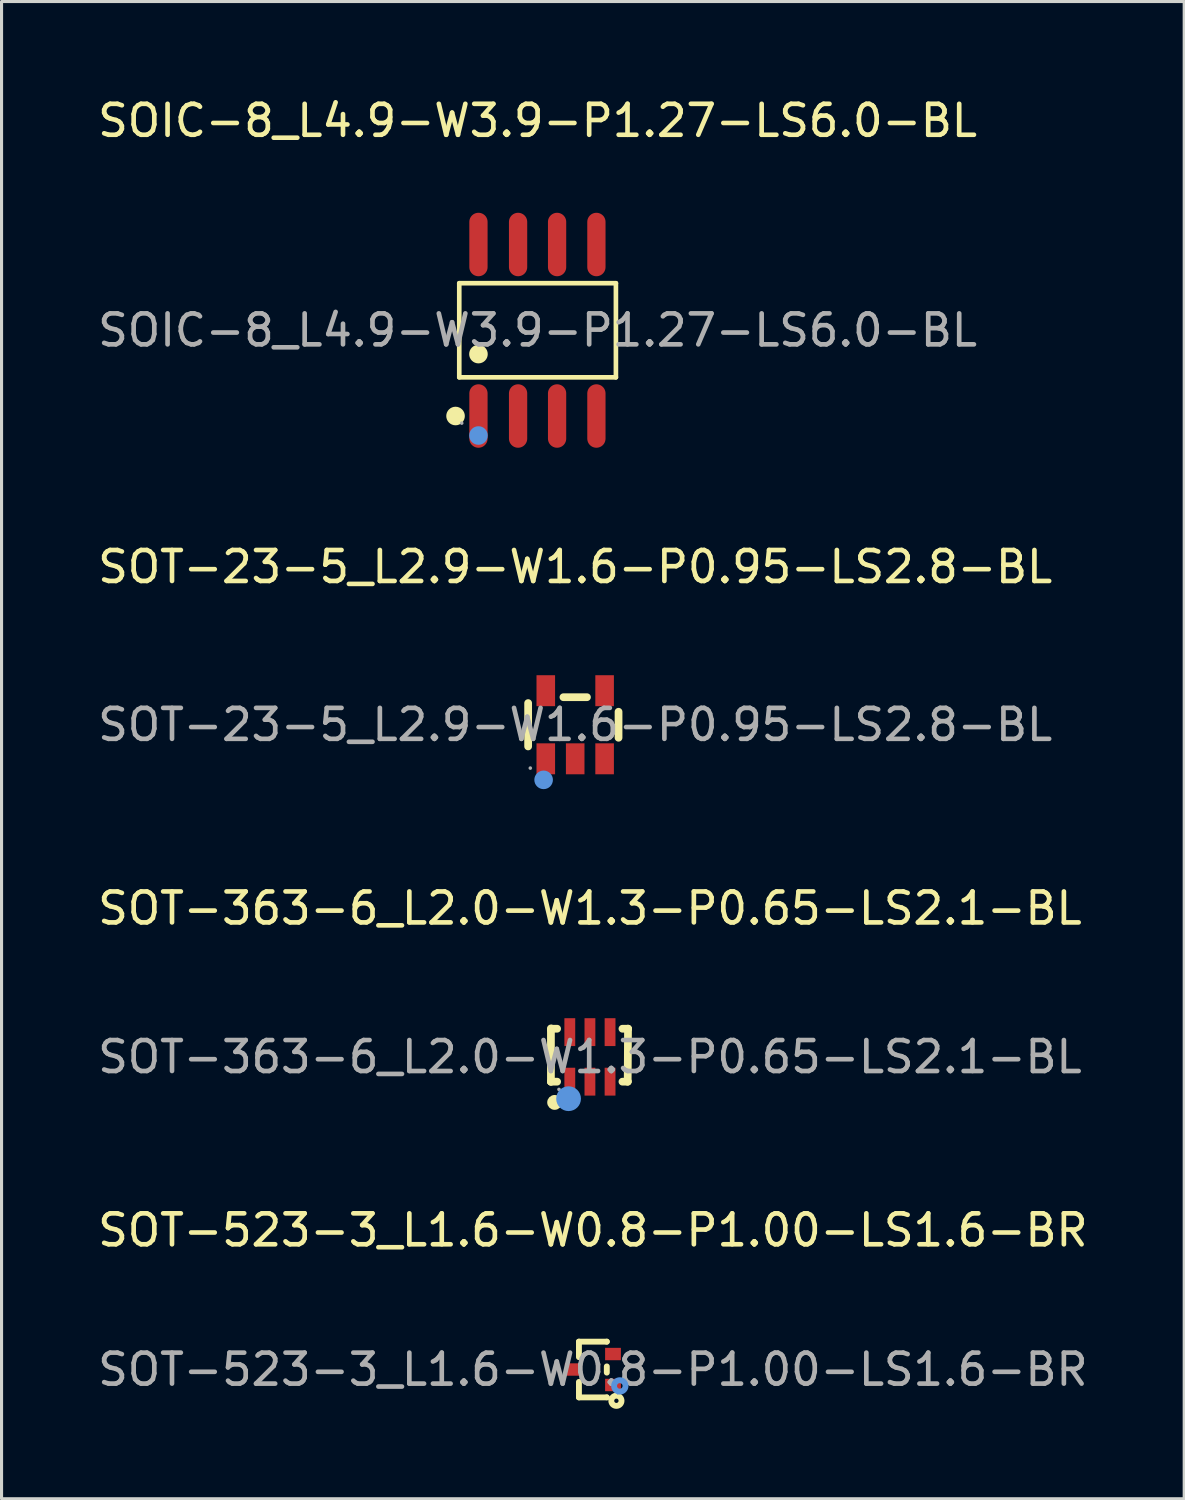
<source format=kicad_pcb>
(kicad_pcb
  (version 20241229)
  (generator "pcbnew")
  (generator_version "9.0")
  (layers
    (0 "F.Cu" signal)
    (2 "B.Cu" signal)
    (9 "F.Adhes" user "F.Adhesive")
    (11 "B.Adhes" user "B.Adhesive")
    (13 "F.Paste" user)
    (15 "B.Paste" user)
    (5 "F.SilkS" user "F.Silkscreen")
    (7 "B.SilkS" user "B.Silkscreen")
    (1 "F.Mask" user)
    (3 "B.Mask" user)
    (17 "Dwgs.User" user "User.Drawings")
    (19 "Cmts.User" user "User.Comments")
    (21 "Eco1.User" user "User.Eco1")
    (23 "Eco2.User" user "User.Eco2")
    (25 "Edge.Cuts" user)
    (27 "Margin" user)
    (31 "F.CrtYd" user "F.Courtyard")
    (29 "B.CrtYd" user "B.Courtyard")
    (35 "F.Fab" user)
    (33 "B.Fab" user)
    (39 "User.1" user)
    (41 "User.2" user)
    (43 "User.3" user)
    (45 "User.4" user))
  (footprint "SOT-363-6_L2.0-W1.3-P0.65-LS2.1-BL"
    (layer "F.Cu")
    (at 16.006 31.09)
    (property "Reference" "SOT-363-6_L2.0-W1.3-P0.65-LS2.1-BL" (at 0 -4.8 0) (layer "F.SilkS") (effects (font (size 1 1) (thickness 0.15))))
    (attr smd)
    (fp_line (start -1.26 -0.92) (end -1.26 0.8) (stroke (width 0.25) (type solid)) (layer "F.SilkS"))
    (fp_line (start -1.26 0.8) (end -1.26 0.8) (stroke (width 0.25) (type solid)) (layer "F.SilkS"))
    (fp_line (start -1.26 0.8) (end -1.06 0.8) (stroke (width 0.25) (type solid)) (layer "F.SilkS"))
    (fp_line (start -1.23 -0.91) (end -1.26 -0.88) (stroke (width 0.25) (type solid)) (layer "F.SilkS"))
    (fp_line (start -1.06 -0.91) (end -1.23 -0.91) (stroke (width 0.25) (type solid)) (layer "F.SilkS"))
    (fp_line (start 1.05 0.8) (end 1.22 0.8) (stroke (width 0.25) (type solid)) (layer "F.SilkS"))
    (fp_line (start 1.22 0.79) (end 1.23 -0.91) (stroke (width 0.25) (type solid)) (layer "F.SilkS"))
    (fp_line (start 1.22 0.8) (end 1.22 0.79) (stroke (width 0.25) (type solid)) (layer "F.SilkS"))
    (fp_line (start 1.23 -0.91) (end 1.05 -0.91) (stroke (width 0.25) (type solid)) (layer "F.SilkS"))
    (fp_line (start 1.23 -0.91) (end 1.23 -0.91) (stroke (width 0.25) (type solid)) (layer "F.SilkS"))
    (fp_circle (center -1.14 1.47) (end -1.02 1.47) (stroke (width 0.24) (type solid)) (fill no) (layer "F.SilkS"))
    (fp_circle (center -0.69 1.35) (end -0.49 1.35) (stroke (width 0.4) (type solid)) (fill no) (layer "Cmts.User"))
    (fp_circle (center -1 1.05) (end -0.97 1.05) (stroke (width 0.06) (type solid)) (fill no) (layer "F.Fab"))
    (fp_text user "${REFERENCE}" (at 0 0 0) (layer "F.Fab") (effects (font (size 1 1) (thickness 0.15))))
    (pad "1" smd rect (at -0.65 0.8) (size 0.35 0.9) (layers "F.Cu" "F.Mask" "F.Paste"))
    (pad "2" smd rect (at 0 0.8) (size 0.35 0.9) (layers "F.Cu" "F.Mask" "F.Paste"))
    (pad "3" smd rect (at 0.65 0.8) (size 0.35 0.9) (layers "F.Cu" "F.Mask" "F.Paste"))
    (pad "4" smd rect (at 0.65 -0.8) (size 0.35 0.9) (layers "F.Cu" "F.Mask" "F.Paste"))
    (pad "5" smd rect (at 0 -0.8) (size 0.35 0.9) (layers "F.Cu" "F.Mask" "F.Paste"))
    (pad "6" smd rect (at -0.65 -0.8) (size 0.35 0.9) (layers "F.Cu" "F.Mask" "F.Paste")))
  (footprint "SOT-523-3_L1.6-W0.8-P1.00-LS1.6-BR"
    (layer "F.Cu")
    (at 16.101 41.188)
    (property "Reference" "SOT-523-3_L1.6-W0.8-P1.00-LS1.6-BR" (at 0 -4.5 0) (layer "F.SilkS") (effects (font (size 1 1) (thickness 0.15))))
    (attr through_hole)
    (fp_line (start -0.45 -0.9) (end 0.45 -0.9) (stroke (width 0.19) (type solid)) (layer "F.SilkS"))
    (fp_line (start -0.45 -0.4) (end -0.45 -0.9) (stroke (width 0.19) (type solid)) (layer "F.SilkS"))
    (fp_line (start -0.45 0.9) (end -0.45 0.4) (stroke (width 0.19) (type solid)) (layer "F.SilkS"))
    (fp_line (start -0.45 0.9) (end 0.45 0.9) (stroke (width 0.19) (type solid)) (layer "F.SilkS"))
    (fp_line (start 0.45 -0.9) (end 0.45 -0.9) (stroke (width 0.19) (type solid)) (layer "F.SilkS"))
    (fp_line (start 0.45 0.1) (end 0.45 -0.1) (stroke (width 0.19) (type solid)) (layer "F.SilkS"))
    (fp_line (start 0.45 0.9) (end 0.45 0.9) (stroke (width 0.19) (type solid)) (layer "F.SilkS"))
    (fp_circle (center 0.76 1.01) (end 0.83 1.01) (stroke (width 0.19) (type solid)) (fill no) (layer "F.SilkS"))
    (fp_circle (center 0.87 0.53) (end 0.96 0.53) (stroke (width 0.19) (type solid)) (fill no) (layer "Cmts.User"))
    (fp_circle (center 0.8 0.8) (end 0.81 0.8) (stroke (width 0.02) (type solid)) (fill no) (layer "F.Fab"))
    (fp_text user "${REFERENCE}" (at 0 0 0) (layer "F.Fab") (effects (font (size 1 1) (thickness 0.15))))
    (pad "1" smd rect (at 0.65 0.5 90) (size 0.4 0.51) (layers "F.Cu" "F.Mask" "F.Paste"))
    (pad "2" smd rect (at 0.65 -0.5 90) (size 0.4 0.51) (layers "F.Cu" "F.Mask" "F.Paste"))
    (pad "3" smd rect (at -0.65 0 90) (size 0.4 0.51) (layers "F.Cu" "F.Mask" "F.Paste")))
  (footprint "SOT-23-5_L2.9-W1.6-P0.95-LS2.8-BL"
    (layer "F.Cu")
    (at 15.53 20.361)
    (property "Reference" "SOT-23-5_L2.9-W1.6-P0.95-LS2.8-BL" (at 0 -5.1 0) (layer "F.SilkS") (effects (font (size 1 1) (thickness 0.15))))
    (attr smd)
    (fp_line (start -1.52 -0.7) (end -1.52 0.7) (stroke (width 0.25) (type solid)) (layer "F.SilkS"))
    (fp_line (start -0.38 -0.89) (end 0.38 -0.89) (stroke (width 0.25) (type solid)) (layer "F.SilkS"))
    (fp_line (start 1.4 -0.42) (end 1.4 0.42) (stroke (width 0.25) (type solid)) (layer "F.SilkS"))
    (fp_circle (center -1.02 1.78) (end -0.87 1.78) (stroke (width 0.3) (type solid)) (fill no) (layer "Cmts.User"))
    (fp_circle (center -1.45 1.4) (end -1.42 1.4) (stroke (width 0.06) (type solid)) (fill no) (layer "F.Fab"))
    (fp_text user "${REFERENCE}" (at 0 0 0) (layer "F.Fab") (effects (font (size 1 1) (thickness 0.15))))
    (pad "1" smd rect (at -0.95 1.1) (size 0.6 1) (layers "F.Cu" "F.Mask" "F.Paste"))
    (pad "2" smd rect (at 0 1.1) (size 0.6 1) (layers "F.Cu" "F.Mask" "F.Paste"))
    (pad "3" smd rect (at 0.95 1.1) (size 0.6 1) (layers "F.Cu" "F.Mask" "F.Paste"))
    (pad "4" smd rect (at 0.95 -1.1) (size 0.6 1) (layers "F.Cu" "F.Mask" "F.Paste"))
    (pad "5" smd rect (at -0.95 -1.1) (size 0.6 1) (layers "F.Cu" "F.Mask" "F.Paste")))
  (footprint "SOIC-8_L4.9-W3.9-P1.27-LS6.0-BL"
    (layer "F.Cu")
    (at 14.315 7.618)
    (property "Reference" "SOIC-8_L4.9-W3.9-P1.27-LS6.0-BL" (at 0 -6.77 0) (layer "F.SilkS") (effects (font (size 1 1) (thickness 0.15))))
    (attr smd)
    (fp_line (start -2.53 -1.52) (end 2.53 -1.52) (stroke (width 0.15) (type solid)) (layer "F.SilkS"))
    (fp_line (start -2.53 1.52) (end -2.53 -1.52) (stroke (width 0.15) (type solid)) (layer "F.SilkS"))
    (fp_line (start 2.53 -1.52) (end 2.53 1.52) (stroke (width 0.15) (type solid)) (layer "F.SilkS"))
    (fp_line (start 2.53 1.52) (end -2.53 1.52) (stroke (width 0.15) (type solid)) (layer "F.SilkS"))
    (fp_circle (center -2.65 2.77) (end -2.5 2.77) (stroke (width 0.3) (type solid)) (fill no) (layer "F.SilkS"))
    (fp_circle (center -1.91 0.77) (end -1.76 0.77) (stroke (width 0.3) (type solid)) (fill no) (layer "F.SilkS"))
    (fp_circle (center -1.91 3.4) (end -1.76 3.4) (stroke (width 0.3) (type solid)) (fill no) (layer "Cmts.User"))
    (fp_circle (center -2.45 3) (end -2.42 3) (stroke (width 0.06) (type solid)) (fill no) (layer "F.Fab"))
    (fp_text user "${REFERENCE}" (at 0 0 0) (layer "F.Fab") (effects (font (size 1 1) (thickness 0.15))))
    (pad "1" smd oval (at -1.91 2.77) (size 0.59 2.05) (layers "F.Cu" "F.Mask" "F.Paste"))
    (pad "2" smd oval (at -0.63 2.77) (size 0.59 2.05) (layers "F.Cu" "F.Mask" "F.Paste"))
    (pad "3" smd oval (at 0.63 2.77) (size 0.59 2.05) (layers "F.Cu" "F.Mask" "F.Paste"))
    (pad "4" smd oval (at 1.9 2.77) (size 0.59 2.05) (layers "F.Cu" "F.Mask" "F.Paste"))
    (pad "5" smd oval (at 1.9 -2.77) (size 0.59 2.05) (layers "F.Cu" "F.Mask" "F.Paste"))
    (pad "6" smd oval (at 0.63 -2.77) (size 0.59 2.05) (layers "F.Cu" "F.Mask" "F.Paste"))
    (pad "7" smd oval (at -0.63 -2.77) (size 0.59 2.05) (layers "F.Cu" "F.Mask" "F.Paste"))
    (pad "8" smd oval (at -1.91 -2.77) (size 0.59 2.05) (layers "F.Cu" "F.Mask" "F.Paste")))
  (gr_rect
    (start -3 -3)
    (end 35.202 45.363)
    (stroke (width 0.1) (type default))
    (fill no)
    (layer "Edge.Cuts")))
</source>
